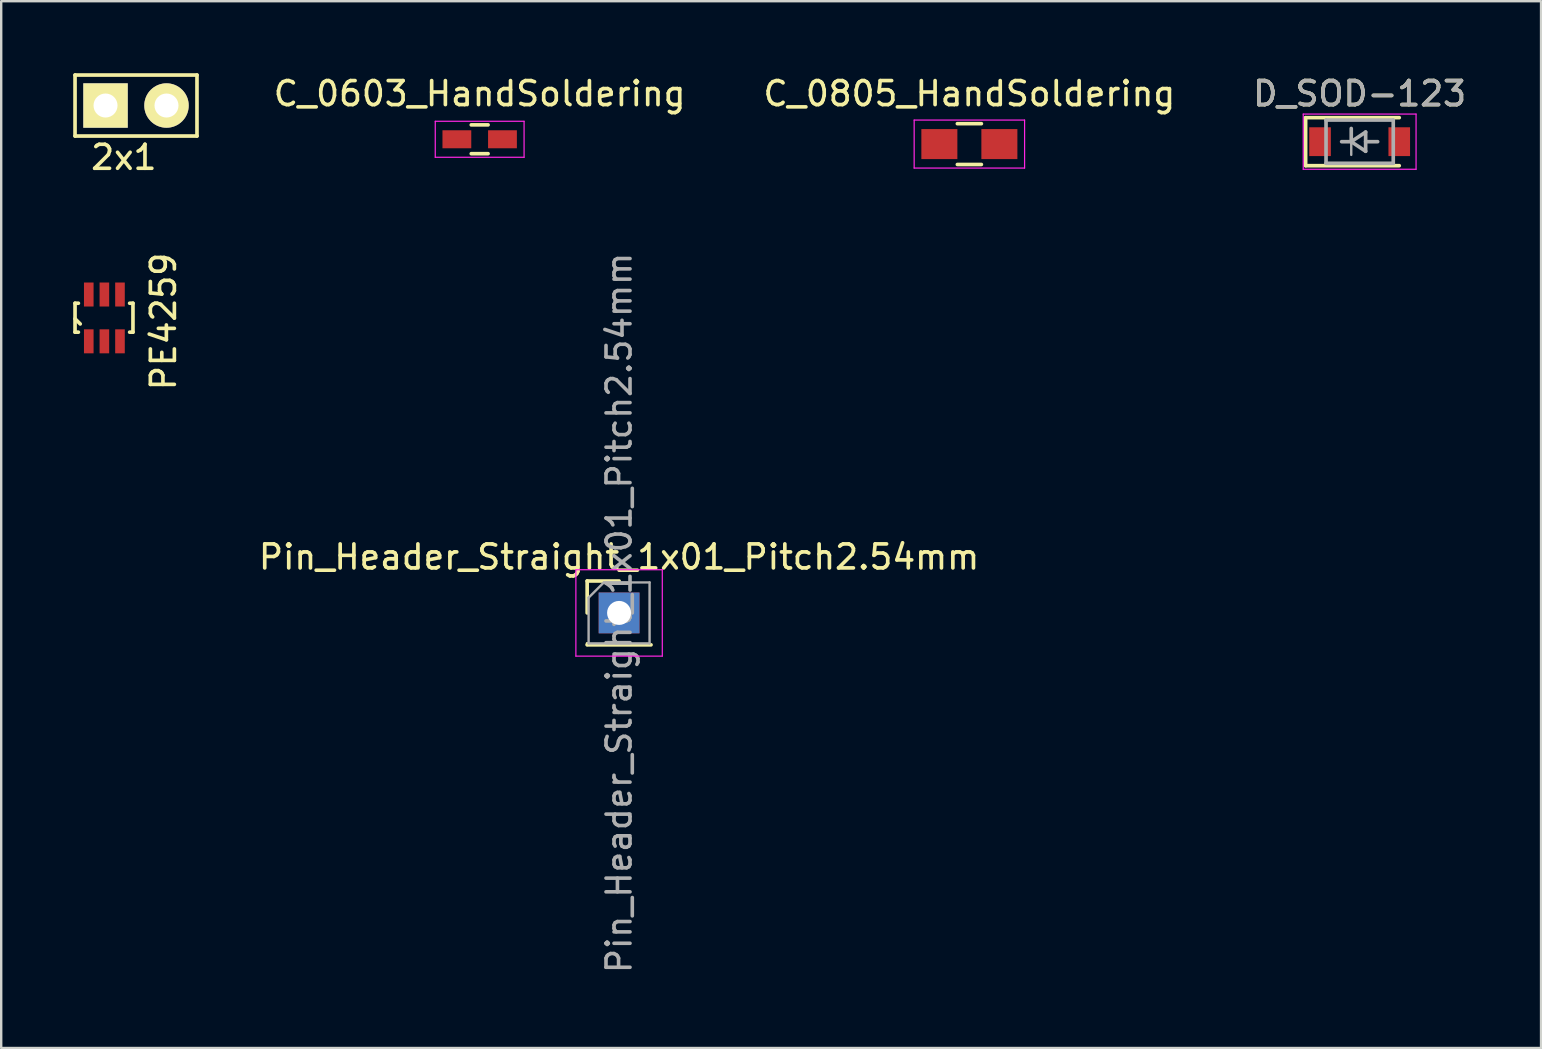
<source format=kicad_pcb>
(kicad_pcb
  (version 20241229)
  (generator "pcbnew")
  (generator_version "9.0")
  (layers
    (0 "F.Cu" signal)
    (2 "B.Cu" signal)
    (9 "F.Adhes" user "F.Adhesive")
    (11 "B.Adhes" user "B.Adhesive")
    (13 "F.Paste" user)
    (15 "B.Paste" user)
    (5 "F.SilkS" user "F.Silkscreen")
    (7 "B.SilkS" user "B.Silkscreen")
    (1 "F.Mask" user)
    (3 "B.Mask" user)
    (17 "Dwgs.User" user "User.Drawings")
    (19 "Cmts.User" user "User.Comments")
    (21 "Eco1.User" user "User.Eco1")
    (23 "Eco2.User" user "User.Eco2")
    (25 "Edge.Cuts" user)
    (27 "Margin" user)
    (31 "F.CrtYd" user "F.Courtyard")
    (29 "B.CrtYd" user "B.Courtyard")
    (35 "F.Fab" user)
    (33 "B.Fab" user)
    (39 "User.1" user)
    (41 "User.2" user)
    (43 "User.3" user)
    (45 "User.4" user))
  (footprint "C_0603_HandSoldering"
    (layer "F.Cu")
    (at 16.932 2.752)
    (property "Reference" "C_0603_HandSoldering" (at 0 -1.9 0) (layer "F.SilkS") (effects (font (size 1 1) (thickness 0.152))))
    (attr smd)
    (fp_line (start -0.35 -0.6) (end 0.35 -0.6) (stroke (width 0.152) (type solid)) (layer "F.SilkS"))
    (fp_line (start 0.35 0.6) (end -0.35 0.6) (stroke (width 0.152) (type solid)) (layer "F.SilkS"))
    (fp_line (start -1.85 -0.75) (end -1.85 0.75) (stroke (width 0.05) (type solid)) (layer "F.CrtYd"))
    (fp_line (start -1.85 -0.75) (end 1.85 -0.75) (stroke (width 0.05) (type solid)) (layer "F.CrtYd"))
    (fp_line (start -1.85 0.75) (end 1.85 0.75) (stroke (width 0.05) (type solid)) (layer "F.CrtYd"))
    (fp_line (start 1.85 -0.75) (end 1.85 0.75) (stroke (width 0.05) (type solid)) (layer "F.CrtYd"))
    (pad "1" smd rect (at -0.95 0) (size 1.2 0.75) (layers "F.Cu" "F.Mask" "F.Paste"))
    (pad "2" smd rect (at 0.95 0) (size 1.2 0.75) (layers "F.Cu" "F.Mask" "F.Paste")))
  (footprint "PE4259"
    (layer "F.Cu")
    (at 0.648 11.169)
    (property "Reference" "PE4259" (at 3.111 -0.826 90) (layer "F.SilkS") (effects (font (size 1 1) (thickness 0.152))))
    (attr through_hole)
    (fp_line (start -0.572 -1.587) (end -0.432 -1.587) (stroke (width 0.152) (type solid)) (layer "F.SilkS"))
    (fp_line (start -0.572 -0.94) (end -0.356 -0.724) (stroke (width 0.152) (type solid)) (layer "F.SilkS"))
    (fp_line (start -0.572 -0.381) (end -0.572 -1.587) (stroke (width 0.152) (type solid)) (layer "F.SilkS"))
    (fp_line (start -0.572 -0.381) (end -0.432 -0.381) (stroke (width 0.152) (type solid)) (layer "F.SilkS"))
    (fp_line (start 1.702 -1.587) (end 1.841 -1.587) (stroke (width 0.152) (type solid)) (layer "F.SilkS"))
    (fp_line (start 1.702 -0.381) (end 1.841 -0.381) (stroke (width 0.152) (type solid)) (layer "F.SilkS"))
    (fp_line (start 1.841 -1.587) (end 1.841 -0.381) (stroke (width 0.152) (type solid)) (layer "F.SilkS"))
    (pad "1" smd rect (at 0 0) (size 0.4 1) (layers "F.Cu" "F.Mask" "F.Paste"))
    (pad "2" smd rect (at 0.65 0) (size 0.4 1) (layers "F.Cu" "F.Mask" "F.Paste"))
    (pad "3" smd rect (at 1.3 0) (size 0.4 1) (layers "F.Cu" "F.Mask" "F.Paste"))
    (pad "4" smd rect (at 1.3 -1.95) (size 0.4 1) (layers "F.Cu" "F.Mask" "F.Paste"))
    (pad "5" smd rect (at 0.65 -1.95) (size 0.4 1) (layers "F.Cu" "F.Mask" "F.Paste"))
    (pad "6" smd rect (at 0 -1.95) (size 0.4 1) (layers "F.Cu" "F.Mask" "F.Paste")))
  (footprint "2x1"
    (layer "F.Cu")
    (at 1.346 1.346)
    (property "Reference" "2x1" (at 0.762 2.159 0) (layer "F.SilkS") (effects (font (size 1 1) (thickness 0.152))))
    (attr through_hole)
    (fp_line (start -1.27 -1.27) (end -1.27 1.27) (stroke (width 0.152) (type solid)) (layer "F.SilkS"))
    (fp_line (start 3.81 -1.27) (end -1.27 -1.27) (stroke (width 0.152) (type solid)) (layer "F.SilkS"))
    (fp_line (start 3.81 -1.27) (end 3.81 1.27) (stroke (width 0.152) (type solid)) (layer "F.SilkS"))
    (fp_line (start 3.81 1.27) (end -1.27 1.27) (stroke (width 0.152) (type solid)) (layer "F.SilkS"))
    (pad "1" thru_hole rect (at 0 0) (size 1.85 1.85) (drill 1) (layers "*.Cu" "*.Mask" "F.SilkS"))
    (pad "2" thru_hole circle (at 2.54 0) (size 1.85 1.85) (drill 1) (layers "*.Cu" "*.Mask" "F.SilkS")))
  (footprint "C_0805_HandSoldering"
    (layer "F.Cu")
    (at 37.332 2.952)
    (property "Reference" "C_0805_HandSoldering" (at 0 -2.1 0) (layer "F.SilkS") (effects (font (size 1 1) (thickness 0.152))))
    (attr smd)
    (fp_line (start -0.5 0.85) (end 0.5 0.85) (stroke (width 0.152) (type solid)) (layer "F.SilkS"))
    (fp_line (start 0.5 -0.85) (end -0.5 -0.85) (stroke (width 0.152) (type solid)) (layer "F.SilkS"))
    (fp_line (start -2.3 -1) (end -2.3 1) (stroke (width 0.05) (type solid)) (layer "F.CrtYd"))
    (fp_line (start -2.3 -1) (end 2.3 -1) (stroke (width 0.05) (type solid)) (layer "F.CrtYd"))
    (fp_line (start -2.3 1) (end 2.3 1) (stroke (width 0.05) (type solid)) (layer "F.CrtYd"))
    (fp_line (start 2.3 -1) (end 2.3 1) (stroke (width 0.05) (type solid)) (layer "F.CrtYd"))
    (pad "1" smd rect (at -1.25 0) (size 1.5 1.25) (layers "F.Cu" "F.Mask" "F.Paste"))
    (pad "2" smd rect (at 1.25 0) (size 1.5 1.25) (layers "F.Cu" "F.Mask" "F.Paste")))
  (footprint "Pin_Header_Straight_1x01_Pitch2.54mm"
    (layer "F.Cu")
    (at 22.74 22.483)
    (property "Reference" "Pin_Header_Straight_1x01_Pitch2.54mm" (at 0 -2.33 0) (layer "F.SilkS") (effects (font (size 1 1) (thickness 0.152))))
    (attr through_hole)
    (fp_line (start -1.33 -1.33) (end 0 -1.33) (stroke (width 0.152) (type solid)) (layer "F.SilkS"))
    (fp_line (start -1.33 0) (end -1.33 -1.33) (stroke (width 0.152) (type solid)) (layer "F.SilkS"))
    (fp_line (start -1.33 1.27) (end -1.33 1.33) (stroke (width 0.12) (type solid)) (layer "F.SilkS"))
    (fp_line (start -1.33 1.33) (end 1.33 1.33) (stroke (width 0.152) (type solid)) (layer "F.SilkS"))
    (fp_line (start -1.8 -1.8) (end -1.8 1.8) (stroke (width 0.05) (type solid)) (layer "F.CrtYd"))
    (fp_line (start -1.8 1.8) (end 1.8 1.8) (stroke (width 0.05) (type solid)) (layer "F.CrtYd"))
    (fp_line (start 1.8 -1.8) (end -1.8 -1.8) (stroke (width 0.05) (type solid)) (layer "F.CrtYd"))
    (fp_line (start 1.8 1.8) (end 1.8 -1.8) (stroke (width 0.05) (type solid)) (layer "F.CrtYd"))
    (fp_line (start -1.27 -0.635) (end -0.635 -1.27) (stroke (width 0.1) (type solid)) (layer "F.Fab"))
    (fp_line (start -1.27 1.27) (end -1.27 -0.635) (stroke (width 0.1) (type solid)) (layer "F.Fab"))
    (fp_line (start -0.635 -1.27) (end 1.27 -1.27) (stroke (width 0.1) (type solid)) (layer "F.Fab"))
    (fp_line (start 1.27 -1.27) (end 1.27 1.27) (stroke (width 0.1) (type solid)) (layer "F.Fab"))
    (fp_line (start 1.27 1.27) (end -1.27 1.27) (stroke (width 0.1) (type solid)) (layer "F.Fab"))
    (fp_text user "${REFERENCE}" (at 0 0 90) (layer "F.Fab") (effects (font (size 1 1) (thickness 0.15))))
    (pad "1" thru_hole rect (at 0 0) (size 1.7 1.7) (drill 1) (layers "*.Cu" "*.Mask")))
  (footprint "D_SOD-123"
    (layer "F.Cu")
    (at 53.59 2.852)
    (property "Reference" "D_SOD-123" (at 0 -2 0) (layer "F.SilkS") (effects (font (size 1 1) (thickness 0.152))))
    (attr smd)
    (fp_line (start -2.25 -1) (end -2.25 1) (stroke (width 0.152) (type solid)) (layer "F.SilkS"))
    (fp_line (start -2.25 -1) (end 1.65 -1) (stroke (width 0.152) (type solid)) (layer "F.SilkS"))
    (fp_line (start -2.25 1) (end 1.65 1) (stroke (width 0.152) (type solid)) (layer "F.SilkS"))
    (fp_line (start -2.35 -1.15) (end -2.35 1.15) (stroke (width 0.05) (type solid)) (layer "F.CrtYd"))
    (fp_line (start -2.35 -1.15) (end 2.35 -1.15) (stroke (width 0.05) (type solid)) (layer "F.CrtYd"))
    (fp_line (start 2.35 -1.15) (end 2.35 1.15) (stroke (width 0.05) (type solid)) (layer "F.CrtYd"))
    (fp_line (start 2.35 1.15) (end -2.35 1.15) (stroke (width 0.05) (type solid)) (layer "F.CrtYd"))
    (fp_line (start -1.4 -0.9) (end 1.4 -0.9) (stroke (width 0.152) (type solid)) (layer "F.Fab"))
    (fp_line (start -1.4 0.9) (end -1.4 -0.9) (stroke (width 0.152) (type solid)) (layer "F.Fab"))
    (fp_line (start -0.75 0) (end -0.35 0) (stroke (width 0.152) (type solid)) (layer "F.Fab"))
    (fp_line (start -0.35 0) (end -0.35 -0.55) (stroke (width 0.152) (type solid)) (layer "F.Fab"))
    (fp_line (start -0.35 0) (end -0.35 0.55) (stroke (width 0.1) (type solid)) (layer "F.Fab"))
    (fp_line (start -0.35 0) (end 0.25 -0.4) (stroke (width 0.152) (type solid)) (layer "F.Fab"))
    (fp_line (start 0.25 -0.4) (end 0.25 0.4) (stroke (width 0.152) (type solid)) (layer "F.Fab"))
    (fp_line (start 0.25 0) (end 0.75 0) (stroke (width 0.152) (type solid)) (layer "F.Fab"))
    (fp_line (start 0.25 0.4) (end -0.35 0) (stroke (width 0.152) (type solid)) (layer "F.Fab"))
    (fp_line (start 1.4 -0.9) (end 1.4 0.9) (stroke (width 0.152) (type solid)) (layer "F.Fab"))
    (fp_line (start 1.4 0.9) (end -1.4 0.9) (stroke (width 0.152) (type solid)) (layer "F.Fab"))
    (fp_text user "${REFERENCE}" (at 0 -2 0) (layer "F.Fab") (effects (font (size 1 1) (thickness 0.152))))
    (pad "1" smd rect (at -1.65 0) (size 0.9 1.2) (layers "F.Cu" "F.Mask" "F.Paste"))
    (pad "2" smd rect (at 1.65 0) (size 0.9 1.2) (layers "F.Cu" "F.Mask" "F.Paste")))
  (gr_rect
    (start -3 -3)
    (end 61.147 40.608)
    (stroke (width 0.1) (type default))
    (fill no)
    (layer "Edge.Cuts")))
</source>
